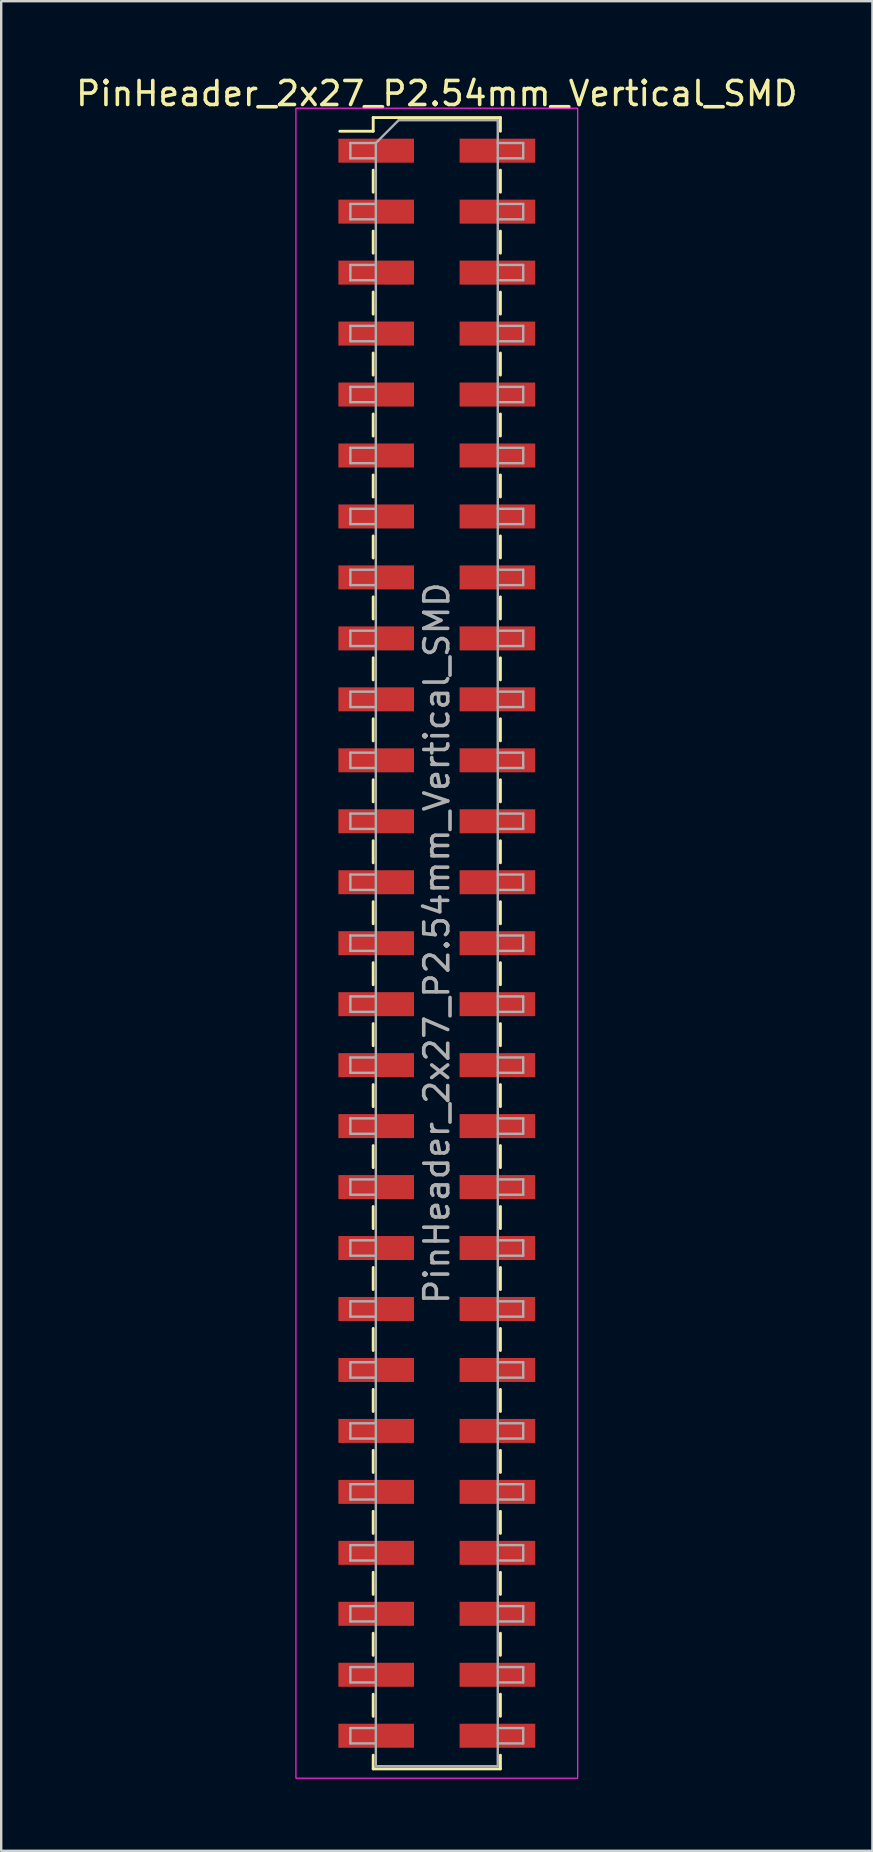
<source format=kicad_pcb>
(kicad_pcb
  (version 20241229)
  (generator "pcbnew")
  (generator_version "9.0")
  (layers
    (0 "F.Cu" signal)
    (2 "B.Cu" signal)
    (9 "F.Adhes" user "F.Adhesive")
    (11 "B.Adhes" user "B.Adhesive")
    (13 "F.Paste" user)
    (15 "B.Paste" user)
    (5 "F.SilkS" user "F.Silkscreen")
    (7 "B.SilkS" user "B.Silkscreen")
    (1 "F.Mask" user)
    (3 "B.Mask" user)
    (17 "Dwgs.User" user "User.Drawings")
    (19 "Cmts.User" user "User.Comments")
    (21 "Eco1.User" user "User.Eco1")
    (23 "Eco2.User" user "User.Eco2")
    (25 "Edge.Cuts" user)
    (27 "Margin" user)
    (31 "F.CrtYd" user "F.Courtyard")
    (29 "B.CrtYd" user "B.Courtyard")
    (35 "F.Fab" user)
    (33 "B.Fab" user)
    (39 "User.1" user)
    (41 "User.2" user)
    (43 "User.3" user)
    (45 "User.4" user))
  (footprint "PinHeader_2x27_P2.54mm_Vertical_SMD"
    (layer "F.Cu")
    (at 15.149 36.248)
    (property "Reference" "PinHeader_2x27_P2.54mm_Vertical_SMD" (at 0 -35.4 0) (layer "F.SilkS") (effects (font (size 1 1) (thickness 0.15))))
    (attr smd)
    (fp_line (start -4.04 -33.83) (end -2.65 -33.83) (stroke (width 0.12) (type solid)) (layer "F.SilkS"))
    (fp_line (start -2.65 -34.4) (end -2.65 -33.83) (stroke (width 0.12) (type solid)) (layer "F.SilkS"))
    (fp_line (start -2.65 -34.4) (end 2.65 -34.4) (stroke (width 0.12) (type solid)) (layer "F.SilkS"))
    (fp_line (start -2.65 -32.21) (end -2.65 -31.29) (stroke (width 0.12) (type solid)) (layer "F.SilkS"))
    (fp_line (start -2.65 -29.67) (end -2.65 -28.75) (stroke (width 0.12) (type solid)) (layer "F.SilkS"))
    (fp_line (start -2.65 -27.13) (end -2.65 -26.21) (stroke (width 0.12) (type solid)) (layer "F.SilkS"))
    (fp_line (start -2.65 -24.59) (end -2.65 -23.67) (stroke (width 0.12) (type solid)) (layer "F.SilkS"))
    (fp_line (start -2.65 -22.05) (end -2.65 -21.13) (stroke (width 0.12) (type solid)) (layer "F.SilkS"))
    (fp_line (start -2.65 -19.51) (end -2.65 -18.59) (stroke (width 0.12) (type solid)) (layer "F.SilkS"))
    (fp_line (start -2.65 -16.97) (end -2.65 -16.05) (stroke (width 0.12) (type solid)) (layer "F.SilkS"))
    (fp_line (start -2.65 -14.43) (end -2.65 -13.51) (stroke (width 0.12) (type solid)) (layer "F.SilkS"))
    (fp_line (start -2.65 -11.89) (end -2.65 -10.97) (stroke (width 0.12) (type solid)) (layer "F.SilkS"))
    (fp_line (start -2.65 -9.35) (end -2.65 -8.43) (stroke (width 0.12) (type solid)) (layer "F.SilkS"))
    (fp_line (start -2.65 -6.81) (end -2.65 -5.89) (stroke (width 0.12) (type solid)) (layer "F.SilkS"))
    (fp_line (start -2.65 -4.27) (end -2.65 -3.35) (stroke (width 0.12) (type solid)) (layer "F.SilkS"))
    (fp_line (start -2.65 -1.73) (end -2.65 -0.81) (stroke (width 0.12) (type solid)) (layer "F.SilkS"))
    (fp_line (start -2.65 0.81) (end -2.65 1.73) (stroke (width 0.12) (type solid)) (layer "F.SilkS"))
    (fp_line (start -2.65 3.35) (end -2.65 4.27) (stroke (width 0.12) (type solid)) (layer "F.SilkS"))
    (fp_line (start -2.65 5.89) (end -2.65 6.81) (stroke (width 0.12) (type solid)) (layer "F.SilkS"))
    (fp_line (start -2.65 8.43) (end -2.65 9.35) (stroke (width 0.12) (type solid)) (layer "F.SilkS"))
    (fp_line (start -2.65 10.97) (end -2.65 11.89) (stroke (width 0.12) (type solid)) (layer "F.SilkS"))
    (fp_line (start -2.65 13.51) (end -2.65 14.43) (stroke (width 0.12) (type solid)) (layer "F.SilkS"))
    (fp_line (start -2.65 16.05) (end -2.65 16.97) (stroke (width 0.12) (type solid)) (layer "F.SilkS"))
    (fp_line (start -2.65 18.59) (end -2.65 19.51) (stroke (width 0.12) (type solid)) (layer "F.SilkS"))
    (fp_line (start -2.65 21.13) (end -2.65 22.05) (stroke (width 0.12) (type solid)) (layer "F.SilkS"))
    (fp_line (start -2.65 23.67) (end -2.65 24.59) (stroke (width 0.12) (type solid)) (layer "F.SilkS"))
    (fp_line (start -2.65 26.21) (end -2.65 27.13) (stroke (width 0.12) (type solid)) (layer "F.SilkS"))
    (fp_line (start -2.65 28.75) (end -2.65 29.67) (stroke (width 0.12) (type solid)) (layer "F.SilkS"))
    (fp_line (start -2.65 31.29) (end -2.65 32.21) (stroke (width 0.12) (type solid)) (layer "F.SilkS"))
    (fp_line (start -2.65 33.83) (end -2.65 34.4) (stroke (width 0.12) (type solid)) (layer "F.SilkS"))
    (fp_line (start -2.65 34.4) (end 2.65 34.4) (stroke (width 0.12) (type solid)) (layer "F.SilkS"))
    (fp_line (start 2.65 -34.4) (end 2.65 -33.83) (stroke (width 0.12) (type solid)) (layer "F.SilkS"))
    (fp_line (start 2.65 -32.21) (end 2.65 -31.29) (stroke (width 0.12) (type solid)) (layer "F.SilkS"))
    (fp_line (start 2.65 -29.67) (end 2.65 -28.75) (stroke (width 0.12) (type solid)) (layer "F.SilkS"))
    (fp_line (start 2.65 -27.13) (end 2.65 -26.21) (stroke (width 0.12) (type solid)) (layer "F.SilkS"))
    (fp_line (start 2.65 -24.59) (end 2.65 -23.67) (stroke (width 0.12) (type solid)) (layer "F.SilkS"))
    (fp_line (start 2.65 -22.05) (end 2.65 -21.13) (stroke (width 0.12) (type solid)) (layer "F.SilkS"))
    (fp_line (start 2.65 -19.51) (end 2.65 -18.59) (stroke (width 0.12) (type solid)) (layer "F.SilkS"))
    (fp_line (start 2.65 -16.97) (end 2.65 -16.05) (stroke (width 0.12) (type solid)) (layer "F.SilkS"))
    (fp_line (start 2.65 -14.43) (end 2.65 -13.51) (stroke (width 0.12) (type solid)) (layer "F.SilkS"))
    (fp_line (start 2.65 -11.89) (end 2.65 -10.97) (stroke (width 0.12) (type solid)) (layer "F.SilkS"))
    (fp_line (start 2.65 -9.35) (end 2.65 -8.43) (stroke (width 0.12) (type solid)) (layer "F.SilkS"))
    (fp_line (start 2.65 -6.81) (end 2.65 -5.89) (stroke (width 0.12) (type solid)) (layer "F.SilkS"))
    (fp_line (start 2.65 -4.27) (end 2.65 -3.35) (stroke (width 0.12) (type solid)) (layer "F.SilkS"))
    (fp_line (start 2.65 -1.73) (end 2.65 -0.81) (stroke (width 0.12) (type solid)) (layer "F.SilkS"))
    (fp_line (start 2.65 0.81) (end 2.65 1.73) (stroke (width 0.12) (type solid)) (layer "F.SilkS"))
    (fp_line (start 2.65 3.35) (end 2.65 4.27) (stroke (width 0.12) (type solid)) (layer "F.SilkS"))
    (fp_line (start 2.65 5.89) (end 2.65 6.81) (stroke (width 0.12) (type solid)) (layer "F.SilkS"))
    (fp_line (start 2.65 8.43) (end 2.65 9.35) (stroke (width 0.12) (type solid)) (layer "F.SilkS"))
    (fp_line (start 2.65 10.97) (end 2.65 11.89) (stroke (width 0.12) (type solid)) (layer "F.SilkS"))
    (fp_line (start 2.65 13.51) (end 2.65 14.43) (stroke (width 0.12) (type solid)) (layer "F.SilkS"))
    (fp_line (start 2.65 16.05) (end 2.65 16.97) (stroke (width 0.12) (type solid)) (layer "F.SilkS"))
    (fp_line (start 2.65 18.59) (end 2.65 19.51) (stroke (width 0.12) (type solid)) (layer "F.SilkS"))
    (fp_line (start 2.65 21.13) (end 2.65 22.05) (stroke (width 0.12) (type solid)) (layer "F.SilkS"))
    (fp_line (start 2.65 23.67) (end 2.65 24.59) (stroke (width 0.12) (type solid)) (layer "F.SilkS"))
    (fp_line (start 2.65 26.21) (end 2.65 27.13) (stroke (width 0.12) (type solid)) (layer "F.SilkS"))
    (fp_line (start 2.65 28.75) (end 2.65 29.67) (stroke (width 0.12) (type solid)) (layer "F.SilkS"))
    (fp_line (start 2.65 31.29) (end 2.65 32.21) (stroke (width 0.12) (type solid)) (layer "F.SilkS"))
    (fp_line (start 2.65 33.83) (end 2.65 34.4) (stroke (width 0.12) (type solid)) (layer "F.SilkS"))
    (fp_rect (start -5.87 -34.79) (end 5.87 34.79) (stroke (width 0.05) (type solid)) (fill no) (layer "F.CrtYd"))
    (fp_line (start -3.6 -33.34) (end -3.6 -32.7) (stroke (width 0.1) (type solid)) (layer "F.Fab"))
    (fp_line (start -3.6 -32.7) (end -2.54 -32.7) (stroke (width 0.1) (type solid)) (layer "F.Fab"))
    (fp_line (start -3.6 -30.8) (end -3.6 -30.16) (stroke (width 0.1) (type solid)) (layer "F.Fab"))
    (fp_line (start -3.6 -30.16) (end -2.54 -30.16) (stroke (width 0.1) (type solid)) (layer "F.Fab"))
    (fp_line (start -3.6 -28.26) (end -3.6 -27.62) (stroke (width 0.1) (type solid)) (layer "F.Fab"))
    (fp_line (start -3.6 -27.62) (end -2.54 -27.62) (stroke (width 0.1) (type solid)) (layer "F.Fab"))
    (fp_line (start -3.6 -25.72) (end -3.6 -25.08) (stroke (width 0.1) (type solid)) (layer "F.Fab"))
    (fp_line (start -3.6 -25.08) (end -2.54 -25.08) (stroke (width 0.1) (type solid)) (layer "F.Fab"))
    (fp_line (start -3.6 -23.18) (end -3.6 -22.54) (stroke (width 0.1) (type solid)) (layer "F.Fab"))
    (fp_line (start -3.6 -22.54) (end -2.54 -22.54) (stroke (width 0.1) (type solid)) (layer "F.Fab"))
    (fp_line (start -3.6 -20.64) (end -3.6 -20) (stroke (width 0.1) (type solid)) (layer "F.Fab"))
    (fp_line (start -3.6 -20) (end -2.54 -20) (stroke (width 0.1) (type solid)) (layer "F.Fab"))
    (fp_line (start -3.6 -18.1) (end -3.6 -17.46) (stroke (width 0.1) (type solid)) (layer "F.Fab"))
    (fp_line (start -3.6 -17.46) (end -2.54 -17.46) (stroke (width 0.1) (type solid)) (layer "F.Fab"))
    (fp_line (start -3.6 -15.56) (end -3.6 -14.92) (stroke (width 0.1) (type solid)) (layer "F.Fab"))
    (fp_line (start -3.6 -14.92) (end -2.54 -14.92) (stroke (width 0.1) (type solid)) (layer "F.Fab"))
    (fp_line (start -3.6 -13.02) (end -3.6 -12.38) (stroke (width 0.1) (type solid)) (layer "F.Fab"))
    (fp_line (start -3.6 -12.38) (end -2.54 -12.38) (stroke (width 0.1) (type solid)) (layer "F.Fab"))
    (fp_line (start -3.6 -10.48) (end -3.6 -9.84) (stroke (width 0.1) (type solid)) (layer "F.Fab"))
    (fp_line (start -3.6 -9.84) (end -2.54 -9.84) (stroke (width 0.1) (type solid)) (layer "F.Fab"))
    (fp_line (start -3.6 -7.94) (end -3.6 -7.3) (stroke (width 0.1) (type solid)) (layer "F.Fab"))
    (fp_line (start -3.6 -7.3) (end -2.54 -7.3) (stroke (width 0.1) (type solid)) (layer "F.Fab"))
    (fp_line (start -3.6 -5.4) (end -3.6 -4.76) (stroke (width 0.1) (type solid)) (layer "F.Fab"))
    (fp_line (start -3.6 -4.76) (end -2.54 -4.76) (stroke (width 0.1) (type solid)) (layer "F.Fab"))
    (fp_line (start -3.6 -2.86) (end -3.6 -2.22) (stroke (width 0.1) (type solid)) (layer "F.Fab"))
    (fp_line (start -3.6 -2.22) (end -2.54 -2.22) (stroke (width 0.1) (type solid)) (layer "F.Fab"))
    (fp_line (start -3.6 -0.32) (end -3.6 0.32) (stroke (width 0.1) (type solid)) (layer "F.Fab"))
    (fp_line (start -3.6 0.32) (end -2.54 0.32) (stroke (width 0.1) (type solid)) (layer "F.Fab"))
    (fp_line (start -3.6 2.22) (end -3.6 2.86) (stroke (width 0.1) (type solid)) (layer "F.Fab"))
    (fp_line (start -3.6 2.86) (end -2.54 2.86) (stroke (width 0.1) (type solid)) (layer "F.Fab"))
    (fp_line (start -3.6 4.76) (end -3.6 5.4) (stroke (width 0.1) (type solid)) (layer "F.Fab"))
    (fp_line (start -3.6 5.4) (end -2.54 5.4) (stroke (width 0.1) (type solid)) (layer "F.Fab"))
    (fp_line (start -3.6 7.3) (end -3.6 7.94) (stroke (width 0.1) (type solid)) (layer "F.Fab"))
    (fp_line (start -3.6 7.94) (end -2.54 7.94) (stroke (width 0.1) (type solid)) (layer "F.Fab"))
    (fp_line (start -3.6 9.84) (end -3.6 10.48) (stroke (width 0.1) (type solid)) (layer "F.Fab"))
    (fp_line (start -3.6 10.48) (end -2.54 10.48) (stroke (width 0.1) (type solid)) (layer "F.Fab"))
    (fp_line (start -3.6 12.38) (end -3.6 13.02) (stroke (width 0.1) (type solid)) (layer "F.Fab"))
    (fp_line (start -3.6 13.02) (end -2.54 13.02) (stroke (width 0.1) (type solid)) (layer "F.Fab"))
    (fp_line (start -3.6 14.92) (end -3.6 15.56) (stroke (width 0.1) (type solid)) (layer "F.Fab"))
    (fp_line (start -3.6 15.56) (end -2.54 15.56) (stroke (width 0.1) (type solid)) (layer "F.Fab"))
    (fp_line (start -3.6 17.46) (end -3.6 18.1) (stroke (width 0.1) (type solid)) (layer "F.Fab"))
    (fp_line (start -3.6 18.1) (end -2.54 18.1) (stroke (width 0.1) (type solid)) (layer "F.Fab"))
    (fp_line (start -3.6 20) (end -3.6 20.64) (stroke (width 0.1) (type solid)) (layer "F.Fab"))
    (fp_line (start -3.6 20.64) (end -2.54 20.64) (stroke (width 0.1) (type solid)) (layer "F.Fab"))
    (fp_line (start -3.6 22.54) (end -3.6 23.18) (stroke (width 0.1) (type solid)) (layer "F.Fab"))
    (fp_line (start -3.6 23.18) (end -2.54 23.18) (stroke (width 0.1) (type solid)) (layer "F.Fab"))
    (fp_line (start -3.6 25.08) (end -3.6 25.72) (stroke (width 0.1) (type solid)) (layer "F.Fab"))
    (fp_line (start -3.6 25.72) (end -2.54 25.72) (stroke (width 0.1) (type solid)) (layer "F.Fab"))
    (fp_line (start -3.6 27.62) (end -3.6 28.26) (stroke (width 0.1) (type solid)) (layer "F.Fab"))
    (fp_line (start -3.6 28.26) (end -2.54 28.26) (stroke (width 0.1) (type solid)) (layer "F.Fab"))
    (fp_line (start -3.6 30.16) (end -3.6 30.8) (stroke (width 0.1) (type solid)) (layer "F.Fab"))
    (fp_line (start -3.6 30.8) (end -2.54 30.8) (stroke (width 0.1) (type solid)) (layer "F.Fab"))
    (fp_line (start -3.6 32.7) (end -3.6 33.34) (stroke (width 0.1) (type solid)) (layer "F.Fab"))
    (fp_line (start -3.6 33.34) (end -2.54 33.34) (stroke (width 0.1) (type solid)) (layer "F.Fab"))
    (fp_line (start -2.54 -33.34) (end -3.6 -33.34) (stroke (width 0.1) (type solid)) (layer "F.Fab"))
    (fp_line (start -2.54 -33.34) (end -1.59 -34.29) (stroke (width 0.1) (type solid)) (layer "F.Fab"))
    (fp_line (start -2.54 -30.8) (end -3.6 -30.8) (stroke (width 0.1) (type solid)) (layer "F.Fab"))
    (fp_line (start -2.54 -28.26) (end -3.6 -28.26) (stroke (width 0.1) (type solid)) (layer "F.Fab"))
    (fp_line (start -2.54 -25.72) (end -3.6 -25.72) (stroke (width 0.1) (type solid)) (layer "F.Fab"))
    (fp_line (start -2.54 -23.18) (end -3.6 -23.18) (stroke (width 0.1) (type solid)) (layer "F.Fab"))
    (fp_line (start -2.54 -20.64) (end -3.6 -20.64) (stroke (width 0.1) (type solid)) (layer "F.Fab"))
    (fp_line (start -2.54 -18.1) (end -3.6 -18.1) (stroke (width 0.1) (type solid)) (layer "F.Fab"))
    (fp_line (start -2.54 -15.56) (end -3.6 -15.56) (stroke (width 0.1) (type solid)) (layer "F.Fab"))
    (fp_line (start -2.54 -13.02) (end -3.6 -13.02) (stroke (width 0.1) (type solid)) (layer "F.Fab"))
    (fp_line (start -2.54 -10.48) (end -3.6 -10.48) (stroke (width 0.1) (type solid)) (layer "F.Fab"))
    (fp_line (start -2.54 -7.94) (end -3.6 -7.94) (stroke (width 0.1) (type solid)) (layer "F.Fab"))
    (fp_line (start -2.54 -5.4) (end -3.6 -5.4) (stroke (width 0.1) (type solid)) (layer "F.Fab"))
    (fp_line (start -2.54 -2.86) (end -3.6 -2.86) (stroke (width 0.1) (type solid)) (layer "F.Fab"))
    (fp_line (start -2.54 -0.32) (end -3.6 -0.32) (stroke (width 0.1) (type solid)) (layer "F.Fab"))
    (fp_line (start -2.54 2.22) (end -3.6 2.22) (stroke (width 0.1) (type solid)) (layer "F.Fab"))
    (fp_line (start -2.54 4.76) (end -3.6 4.76) (stroke (width 0.1) (type solid)) (layer "F.Fab"))
    (fp_line (start -2.54 7.3) (end -3.6 7.3) (stroke (width 0.1) (type solid)) (layer "F.Fab"))
    (fp_line (start -2.54 9.84) (end -3.6 9.84) (stroke (width 0.1) (type solid)) (layer "F.Fab"))
    (fp_line (start -2.54 12.38) (end -3.6 12.38) (stroke (width 0.1) (type solid)) (layer "F.Fab"))
    (fp_line (start -2.54 14.92) (end -3.6 14.92) (stroke (width 0.1) (type solid)) (layer "F.Fab"))
    (fp_line (start -2.54 17.46) (end -3.6 17.46) (stroke (width 0.1) (type solid)) (layer "F.Fab"))
    (fp_line (start -2.54 20) (end -3.6 20) (stroke (width 0.1) (type solid)) (layer "F.Fab"))
    (fp_line (start -2.54 22.54) (end -3.6 22.54) (stroke (width 0.1) (type solid)) (layer "F.Fab"))
    (fp_line (start -2.54 25.08) (end -3.6 25.08) (stroke (width 0.1) (type solid)) (layer "F.Fab"))
    (fp_line (start -2.54 27.62) (end -3.6 27.62) (stroke (width 0.1) (type solid)) (layer "F.Fab"))
    (fp_line (start -2.54 30.16) (end -3.6 30.16) (stroke (width 0.1) (type solid)) (layer "F.Fab"))
    (fp_line (start -2.54 32.7) (end -3.6 32.7) (stroke (width 0.1) (type solid)) (layer "F.Fab"))
    (fp_line (start -2.54 34.29) (end -2.54 -33.34) (stroke (width 0.1) (type solid)) (layer "F.Fab"))
    (fp_line (start -1.59 -34.29) (end 2.54 -34.29) (stroke (width 0.1) (type solid)) (layer "F.Fab"))
    (fp_line (start 2.54 -34.29) (end 2.54 34.29) (stroke (width 0.1) (type solid)) (layer "F.Fab"))
    (fp_line (start 2.54 -33.34) (end 3.6 -33.34) (stroke (width 0.1) (type solid)) (layer "F.Fab"))
    (fp_line (start 2.54 -30.8) (end 3.6 -30.8) (stroke (width 0.1) (type solid)) (layer "F.Fab"))
    (fp_line (start 2.54 -28.26) (end 3.6 -28.26) (stroke (width 0.1) (type solid)) (layer "F.Fab"))
    (fp_line (start 2.54 -25.72) (end 3.6 -25.72) (stroke (width 0.1) (type solid)) (layer "F.Fab"))
    (fp_line (start 2.54 -23.18) (end 3.6 -23.18) (stroke (width 0.1) (type solid)) (layer "F.Fab"))
    (fp_line (start 2.54 -20.64) (end 3.6 -20.64) (stroke (width 0.1) (type solid)) (layer "F.Fab"))
    (fp_line (start 2.54 -18.1) (end 3.6 -18.1) (stroke (width 0.1) (type solid)) (layer "F.Fab"))
    (fp_line (start 2.54 -15.56) (end 3.6 -15.56) (stroke (width 0.1) (type solid)) (layer "F.Fab"))
    (fp_line (start 2.54 -13.02) (end 3.6 -13.02) (stroke (width 0.1) (type solid)) (layer "F.Fab"))
    (fp_line (start 2.54 -10.48) (end 3.6 -10.48) (stroke (width 0.1) (type solid)) (layer "F.Fab"))
    (fp_line (start 2.54 -7.94) (end 3.6 -7.94) (stroke (width 0.1) (type solid)) (layer "F.Fab"))
    (fp_line (start 2.54 -5.4) (end 3.6 -5.4) (stroke (width 0.1) (type solid)) (layer "F.Fab"))
    (fp_line (start 2.54 -2.86) (end 3.6 -2.86) (stroke (width 0.1) (type solid)) (layer "F.Fab"))
    (fp_line (start 2.54 -0.32) (end 3.6 -0.32) (stroke (width 0.1) (type solid)) (layer "F.Fab"))
    (fp_line (start 2.54 2.22) (end 3.6 2.22) (stroke (width 0.1) (type solid)) (layer "F.Fab"))
    (fp_line (start 2.54 4.76) (end 3.6 4.76) (stroke (width 0.1) (type solid)) (layer "F.Fab"))
    (fp_line (start 2.54 7.3) (end 3.6 7.3) (stroke (width 0.1) (type solid)) (layer "F.Fab"))
    (fp_line (start 2.54 9.84) (end 3.6 9.84) (stroke (width 0.1) (type solid)) (layer "F.Fab"))
    (fp_line (start 2.54 12.38) (end 3.6 12.38) (stroke (width 0.1) (type solid)) (layer "F.Fab"))
    (fp_line (start 2.54 14.92) (end 3.6 14.92) (stroke (width 0.1) (type solid)) (layer "F.Fab"))
    (fp_line (start 2.54 17.46) (end 3.6 17.46) (stroke (width 0.1) (type solid)) (layer "F.Fab"))
    (fp_line (start 2.54 20) (end 3.6 20) (stroke (width 0.1) (type solid)) (layer "F.Fab"))
    (fp_line (start 2.54 22.54) (end 3.6 22.54) (stroke (width 0.1) (type solid)) (layer "F.Fab"))
    (fp_line (start 2.54 25.08) (end 3.6 25.08) (stroke (width 0.1) (type solid)) (layer "F.Fab"))
    (fp_line (start 2.54 27.62) (end 3.6 27.62) (stroke (width 0.1) (type solid)) (layer "F.Fab"))
    (fp_line (start 2.54 30.16) (end 3.6 30.16) (stroke (width 0.1) (type solid)) (layer "F.Fab"))
    (fp_line (start 2.54 32.7) (end 3.6 32.7) (stroke (width 0.1) (type solid)) (layer "F.Fab"))
    (fp_line (start 2.54 34.29) (end -2.54 34.29) (stroke (width 0.1) (type solid)) (layer "F.Fab"))
    (fp_line (start 3.6 -33.34) (end 3.6 -32.7) (stroke (width 0.1) (type solid)) (layer "F.Fab"))
    (fp_line (start 3.6 -32.7) (end 2.54 -32.7) (stroke (width 0.1) (type solid)) (layer "F.Fab"))
    (fp_line (start 3.6 -30.8) (end 3.6 -30.16) (stroke (width 0.1) (type solid)) (layer "F.Fab"))
    (fp_line (start 3.6 -30.16) (end 2.54 -30.16) (stroke (width 0.1) (type solid)) (layer "F.Fab"))
    (fp_line (start 3.6 -28.26) (end 3.6 -27.62) (stroke (width 0.1) (type solid)) (layer "F.Fab"))
    (fp_line (start 3.6 -27.62) (end 2.54 -27.62) (stroke (width 0.1) (type solid)) (layer "F.Fab"))
    (fp_line (start 3.6 -25.72) (end 3.6 -25.08) (stroke (width 0.1) (type solid)) (layer "F.Fab"))
    (fp_line (start 3.6 -25.08) (end 2.54 -25.08) (stroke (width 0.1) (type solid)) (layer "F.Fab"))
    (fp_line (start 3.6 -23.18) (end 3.6 -22.54) (stroke (width 0.1) (type solid)) (layer "F.Fab"))
    (fp_line (start 3.6 -22.54) (end 2.54 -22.54) (stroke (width 0.1) (type solid)) (layer "F.Fab"))
    (fp_line (start 3.6 -20.64) (end 3.6 -20) (stroke (width 0.1) (type solid)) (layer "F.Fab"))
    (fp_line (start 3.6 -20) (end 2.54 -20) (stroke (width 0.1) (type solid)) (layer "F.Fab"))
    (fp_line (start 3.6 -18.1) (end 3.6 -17.46) (stroke (width 0.1) (type solid)) (layer "F.Fab"))
    (fp_line (start 3.6 -17.46) (end 2.54 -17.46) (stroke (width 0.1) (type solid)) (layer "F.Fab"))
    (fp_line (start 3.6 -15.56) (end 3.6 -14.92) (stroke (width 0.1) (type solid)) (layer "F.Fab"))
    (fp_line (start 3.6 -14.92) (end 2.54 -14.92) (stroke (width 0.1) (type solid)) (layer "F.Fab"))
    (fp_line (start 3.6 -13.02) (end 3.6 -12.38) (stroke (width 0.1) (type solid)) (layer "F.Fab"))
    (fp_line (start 3.6 -12.38) (end 2.54 -12.38) (stroke (width 0.1) (type solid)) (layer "F.Fab"))
    (fp_line (start 3.6 -10.48) (end 3.6 -9.84) (stroke (width 0.1) (type solid)) (layer "F.Fab"))
    (fp_line (start 3.6 -9.84) (end 2.54 -9.84) (stroke (width 0.1) (type solid)) (layer "F.Fab"))
    (fp_line (start 3.6 -7.94) (end 3.6 -7.3) (stroke (width 0.1) (type solid)) (layer "F.Fab"))
    (fp_line (start 3.6 -7.3) (end 2.54 -7.3) (stroke (width 0.1) (type solid)) (layer "F.Fab"))
    (fp_line (start 3.6 -5.4) (end 3.6 -4.76) (stroke (width 0.1) (type solid)) (layer "F.Fab"))
    (fp_line (start 3.6 -4.76) (end 2.54 -4.76) (stroke (width 0.1) (type solid)) (layer "F.Fab"))
    (fp_line (start 3.6 -2.86) (end 3.6 -2.22) (stroke (width 0.1) (type solid)) (layer "F.Fab"))
    (fp_line (start 3.6 -2.22) (end 2.54 -2.22) (stroke (width 0.1) (type solid)) (layer "F.Fab"))
    (fp_line (start 3.6 -0.32) (end 3.6 0.32) (stroke (width 0.1) (type solid)) (layer "F.Fab"))
    (fp_line (start 3.6 0.32) (end 2.54 0.32) (stroke (width 0.1) (type solid)) (layer "F.Fab"))
    (fp_line (start 3.6 2.22) (end 3.6 2.86) (stroke (width 0.1) (type solid)) (layer "F.Fab"))
    (fp_line (start 3.6 2.86) (end 2.54 2.86) (stroke (width 0.1) (type solid)) (layer "F.Fab"))
    (fp_line (start 3.6 4.76) (end 3.6 5.4) (stroke (width 0.1) (type solid)) (layer "F.Fab"))
    (fp_line (start 3.6 5.4) (end 2.54 5.4) (stroke (width 0.1) (type solid)) (layer "F.Fab"))
    (fp_line (start 3.6 7.3) (end 3.6 7.94) (stroke (width 0.1) (type solid)) (layer "F.Fab"))
    (fp_line (start 3.6 7.94) (end 2.54 7.94) (stroke (width 0.1) (type solid)) (layer "F.Fab"))
    (fp_line (start 3.6 9.84) (end 3.6 10.48) (stroke (width 0.1) (type solid)) (layer "F.Fab"))
    (fp_line (start 3.6 10.48) (end 2.54 10.48) (stroke (width 0.1) (type solid)) (layer "F.Fab"))
    (fp_line (start 3.6 12.38) (end 3.6 13.02) (stroke (width 0.1) (type solid)) (layer "F.Fab"))
    (fp_line (start 3.6 13.02) (end 2.54 13.02) (stroke (width 0.1) (type solid)) (layer "F.Fab"))
    (fp_line (start 3.6 14.92) (end 3.6 15.56) (stroke (width 0.1) (type solid)) (layer "F.Fab"))
    (fp_line (start 3.6 15.56) (end 2.54 15.56) (stroke (width 0.1) (type solid)) (layer "F.Fab"))
    (fp_line (start 3.6 17.46) (end 3.6 18.1) (stroke (width 0.1) (type solid)) (layer "F.Fab"))
    (fp_line (start 3.6 18.1) (end 2.54 18.1) (stroke (width 0.1) (type solid)) (layer "F.Fab"))
    (fp_line (start 3.6 20) (end 3.6 20.64) (stroke (width 0.1) (type solid)) (layer "F.Fab"))
    (fp_line (start 3.6 20.64) (end 2.54 20.64) (stroke (width 0.1) (type solid)) (layer "F.Fab"))
    (fp_line (start 3.6 22.54) (end 3.6 23.18) (stroke (width 0.1) (type solid)) (layer "F.Fab"))
    (fp_line (start 3.6 23.18) (end 2.54 23.18) (stroke (width 0.1) (type solid)) (layer "F.Fab"))
    (fp_line (start 3.6 25.08) (end 3.6 25.72) (stroke (width 0.1) (type solid)) (layer "F.Fab"))
    (fp_line (start 3.6 25.72) (end 2.54 25.72) (stroke (width 0.1) (type solid)) (layer "F.Fab"))
    (fp_line (start 3.6 27.62) (end 3.6 28.26) (stroke (width 0.1) (type solid)) (layer "F.Fab"))
    (fp_line (start 3.6 28.26) (end 2.54 28.26) (stroke (width 0.1) (type solid)) (layer "F.Fab"))
    (fp_line (start 3.6 30.16) (end 3.6 30.8) (stroke (width 0.1) (type solid)) (layer "F.Fab"))
    (fp_line (start 3.6 30.8) (end 2.54 30.8) (stroke (width 0.1) (type solid)) (layer "F.Fab"))
    (fp_line (start 3.6 32.7) (end 3.6 33.34) (stroke (width 0.1) (type solid)) (layer "F.Fab"))
    (fp_line (start 3.6 33.34) (end 2.54 33.34) (stroke (width 0.1) (type solid)) (layer "F.Fab"))
    (fp_text user "${REFERENCE}" (at 0 0 90) (layer "F.Fab") (effects (font (size 1 1) (thickness 0.15))))
    (pad "1" smd rect (at -2.525 -33.02) (size 3.15 1) (layers "F.Cu" "F.Mask" "F.Paste"))
    (pad "2" smd rect (at 2.525 -33.02) (size 3.15 1) (layers "F.Cu" "F.Mask" "F.Paste"))
    (pad "3" smd rect (at -2.525 -30.48) (size 3.15 1) (layers "F.Cu" "F.Mask" "F.Paste"))
    (pad "4" smd rect (at 2.525 -30.48) (size 3.15 1) (layers "F.Cu" "F.Mask" "F.Paste"))
    (pad "5" smd rect (at -2.525 -27.94) (size 3.15 1) (layers "F.Cu" "F.Mask" "F.Paste"))
    (pad "6" smd rect (at 2.525 -27.94) (size 3.15 1) (layers "F.Cu" "F.Mask" "F.Paste"))
    (pad "7" smd rect (at -2.525 -25.4) (size 3.15 1) (layers "F.Cu" "F.Mask" "F.Paste"))
    (pad "8" smd rect (at 2.525 -25.4) (size 3.15 1) (layers "F.Cu" "F.Mask" "F.Paste"))
    (pad "9" smd rect (at -2.525 -22.86) (size 3.15 1) (layers "F.Cu" "F.Mask" "F.Paste"))
    (pad "10" smd rect (at 2.525 -22.86) (size 3.15 1) (layers "F.Cu" "F.Mask" "F.Paste"))
    (pad "11" smd rect (at -2.525 -20.32) (size 3.15 1) (layers "F.Cu" "F.Mask" "F.Paste"))
    (pad "12" smd rect (at 2.525 -20.32) (size 3.15 1) (layers "F.Cu" "F.Mask" "F.Paste"))
    (pad "13" smd rect (at -2.525 -17.78) (size 3.15 1) (layers "F.Cu" "F.Mask" "F.Paste"))
    (pad "14" smd rect (at 2.525 -17.78) (size 3.15 1) (layers "F.Cu" "F.Mask" "F.Paste"))
    (pad "15" smd rect (at -2.525 -15.24) (size 3.15 1) (layers "F.Cu" "F.Mask" "F.Paste"))
    (pad "16" smd rect (at 2.525 -15.24) (size 3.15 1) (layers "F.Cu" "F.Mask" "F.Paste"))
    (pad "17" smd rect (at -2.525 -12.7) (size 3.15 1) (layers "F.Cu" "F.Mask" "F.Paste"))
    (pad "18" smd rect (at 2.525 -12.7) (size 3.15 1) (layers "F.Cu" "F.Mask" "F.Paste"))
    (pad "19" smd rect (at -2.525 -10.16) (size 3.15 1) (layers "F.Cu" "F.Mask" "F.Paste"))
    (pad "20" smd rect (at 2.525 -10.16) (size 3.15 1) (layers "F.Cu" "F.Mask" "F.Paste"))
    (pad "21" smd rect (at -2.525 -7.62) (size 3.15 1) (layers "F.Cu" "F.Mask" "F.Paste"))
    (pad "22" smd rect (at 2.525 -7.62) (size 3.15 1) (layers "F.Cu" "F.Mask" "F.Paste"))
    (pad "23" smd rect (at -2.525 -5.08) (size 3.15 1) (layers "F.Cu" "F.Mask" "F.Paste"))
    (pad "24" smd rect (at 2.525 -5.08) (size 3.15 1) (layers "F.Cu" "F.Mask" "F.Paste"))
    (pad "25" smd rect (at -2.525 -2.54) (size 3.15 1) (layers "F.Cu" "F.Mask" "F.Paste"))
    (pad "26" smd rect (at 2.525 -2.54) (size 3.15 1) (layers "F.Cu" "F.Mask" "F.Paste"))
    (pad "27" smd rect (at -2.525 0) (size 3.15 1) (layers "F.Cu" "F.Mask" "F.Paste"))
    (pad "28" smd rect (at 2.525 0) (size 3.15 1) (layers "F.Cu" "F.Mask" "F.Paste"))
    (pad "29" smd rect (at -2.525 2.54) (size 3.15 1) (layers "F.Cu" "F.Mask" "F.Paste"))
    (pad "30" smd rect (at 2.525 2.54) (size 3.15 1) (layers "F.Cu" "F.Mask" "F.Paste"))
    (pad "31" smd rect (at -2.525 5.08) (size 3.15 1) (layers "F.Cu" "F.Mask" "F.Paste"))
    (pad "32" smd rect (at 2.525 5.08) (size 3.15 1) (layers "F.Cu" "F.Mask" "F.Paste"))
    (pad "33" smd rect (at -2.525 7.62) (size 3.15 1) (layers "F.Cu" "F.Mask" "F.Paste"))
    (pad "34" smd rect (at 2.525 7.62) (size 3.15 1) (layers "F.Cu" "F.Mask" "F.Paste"))
    (pad "35" smd rect (at -2.525 10.16) (size 3.15 1) (layers "F.Cu" "F.Mask" "F.Paste"))
    (pad "36" smd rect (at 2.525 10.16) (size 3.15 1) (layers "F.Cu" "F.Mask" "F.Paste"))
    (pad "37" smd rect (at -2.525 12.7) (size 3.15 1) (layers "F.Cu" "F.Mask" "F.Paste"))
    (pad "38" smd rect (at 2.525 12.7) (size 3.15 1) (layers "F.Cu" "F.Mask" "F.Paste"))
    (pad "39" smd rect (at -2.525 15.24) (size 3.15 1) (layers "F.Cu" "F.Mask" "F.Paste"))
    (pad "40" smd rect (at 2.525 15.24) (size 3.15 1) (layers "F.Cu" "F.Mask" "F.Paste"))
    (pad "41" smd rect (at -2.525 17.78) (size 3.15 1) (layers "F.Cu" "F.Mask" "F.Paste"))
    (pad "42" smd rect (at 2.525 17.78) (size 3.15 1) (layers "F.Cu" "F.Mask" "F.Paste"))
    (pad "43" smd rect (at -2.525 20.32) (size 3.15 1) (layers "F.Cu" "F.Mask" "F.Paste"))
    (pad "44" smd rect (at 2.525 20.32) (size 3.15 1) (layers "F.Cu" "F.Mask" "F.Paste"))
    (pad "45" smd rect (at -2.525 22.86) (size 3.15 1) (layers "F.Cu" "F.Mask" "F.Paste"))
    (pad "46" smd rect (at 2.525 22.86) (size 3.15 1) (layers "F.Cu" "F.Mask" "F.Paste"))
    (pad "47" smd rect (at -2.525 25.4) (size 3.15 1) (layers "F.Cu" "F.Mask" "F.Paste"))
    (pad "48" smd rect (at 2.525 25.4) (size 3.15 1) (layers "F.Cu" "F.Mask" "F.Paste"))
    (pad "49" smd rect (at -2.525 27.94) (size 3.15 1) (layers "F.Cu" "F.Mask" "F.Paste"))
    (pad "50" smd rect (at 2.525 27.94) (size 3.15 1) (layers "F.Cu" "F.Mask" "F.Paste"))
    (pad "51" smd rect (at -2.525 30.48) (size 3.15 1) (layers "F.Cu" "F.Mask" "F.Paste"))
    (pad "52" smd rect (at 2.525 30.48) (size 3.15 1) (layers "F.Cu" "F.Mask" "F.Paste"))
    (pad "53" smd rect (at -2.525 33.02) (size 3.15 1) (layers "F.Cu" "F.Mask" "F.Paste"))
    (pad "54" smd rect (at 2.525 33.02) (size 3.15 1) (layers "F.Cu" "F.Mask" "F.Paste")))
  (gr_rect
    (start -3 -3)
    (end 33.298 74.063)
    (stroke (width 0.1) (type default))
    (fill no)
    (layer "Edge.Cuts")))
</source>
